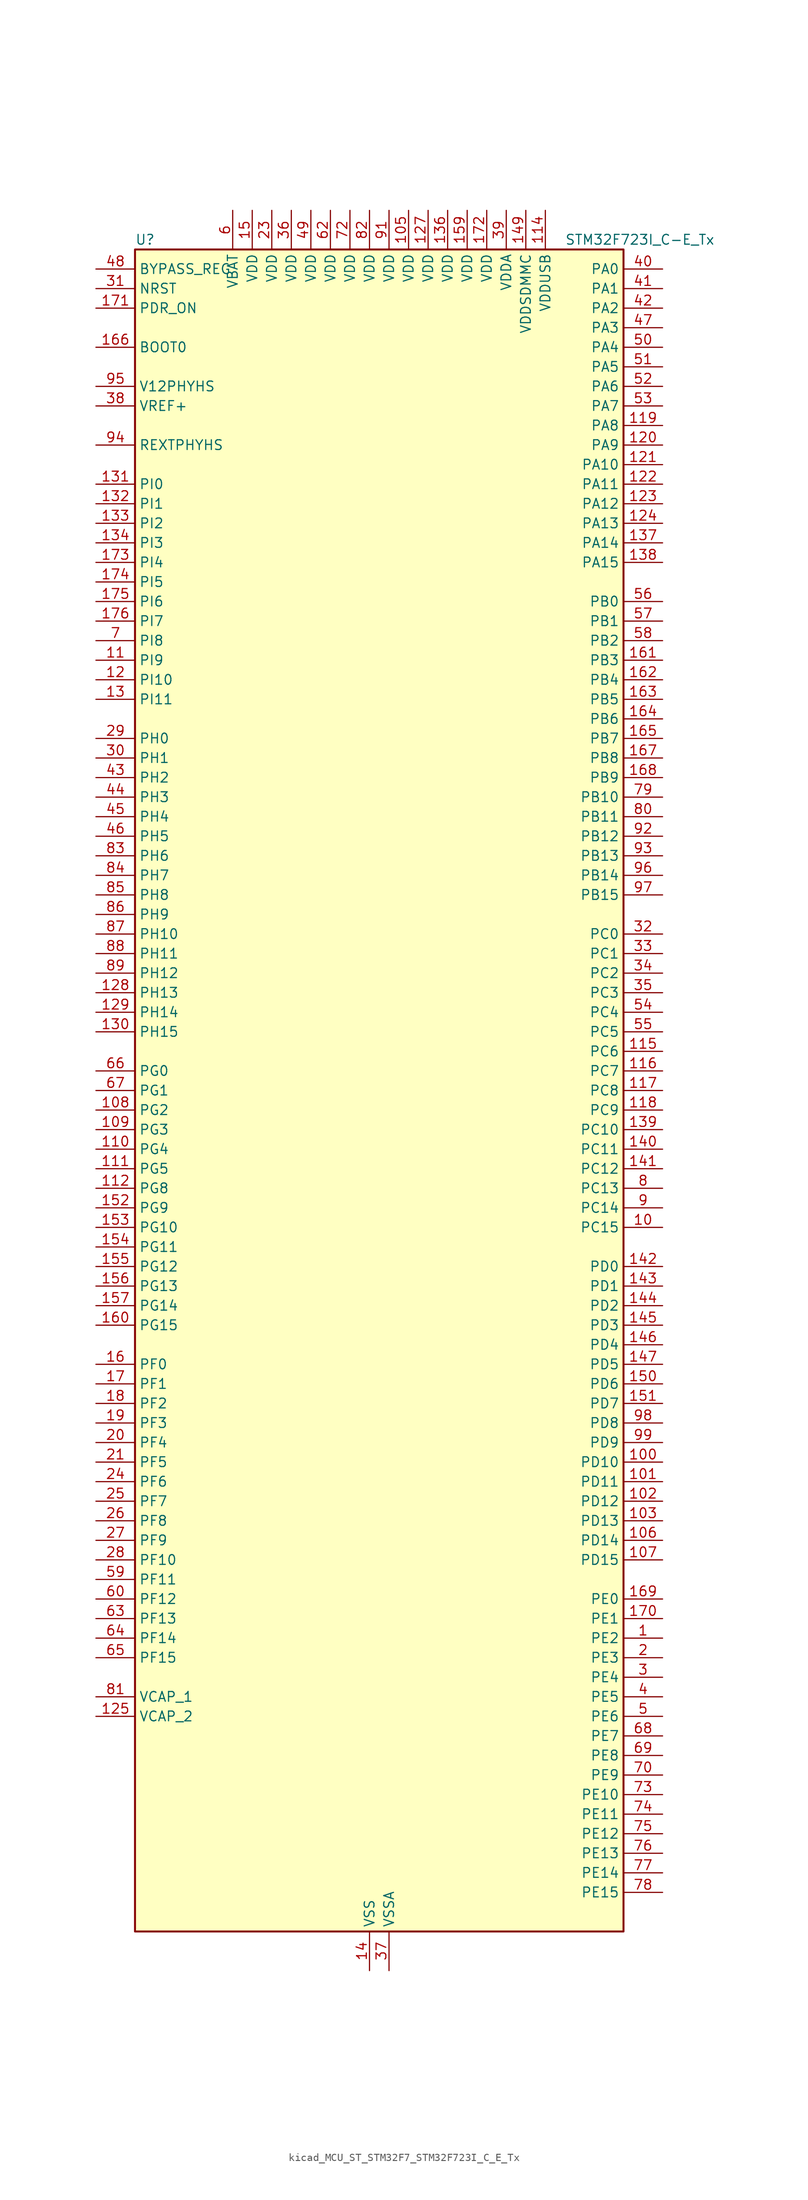
<source format=kicad_sym>
(kicad_symbol_lib
  (version 20220914)
  (generator kicad_symbol_editor)
  (symbol "kicad_MCU_ST_STM32F7_STM32F723I_C_E_Tx"
    (property "Reference" "U"
      (at -30.48 110.49 0)
      (effects (font (size 1.27 1.27)) (justify left)))
    (property "Value" "STM32F723I_C-E_Tx"
      (at 25.4 110.49 0)
      (effects (font (size 1.27 1.27)) (justify left)))
    (property "ki_locked" ""
      (at 0 0 0)
      (effects (font (size 1.27 1.27))))
    (symbol "kicad_MCU_ST_STM32F7_STM32F723I_C_E_Tx_0_1"
      (rectangle (start -30.48 -109.22) (end 33.02 109.22) (stroke (width 0.254) (type default)) (fill (type background))))
    (symbol "kicad_MCU_ST_STM32F7_STM32F723I_C_E_Tx_1_1"
      (pin bidirectional line (at 38.1 -71.12 180) (length 5.08) (name "PE2" (effects (font (size 1.27 1.27)))) (number "1" (effects (font (size 1.27 1.27)))) (alternate "FMC_A23" bidirectional line) (alternate "QUADSPI_BK1_IO2" bidirectional line) (alternate "SAI1_MCLK_A" bidirectional line) (alternate "SPI4_SCK" bidirectional line) (alternate "SYS_TRACECLK" bidirectional line))
      (pin bidirectional line (at 38.1 -17.78 180) (length 5.08) (name "PC15" (effects (font (size 1.27 1.27)))) (number "10" (effects (font (size 1.27 1.27)))) (alternate "RCC_OSC32_OUT" bidirectional line))
      (pin bidirectional line (at 38.1 -48.26 180) (length 5.08) (name "PD10" (effects (font (size 1.27 1.27)))) (number "100" (effects (font (size 1.27 1.27)))) (alternate "FMC_D15" bidirectional line) (alternate "FMC_DA15" bidirectional line) (alternate "USART3_CK" bidirectional line))
      (pin bidirectional line (at 38.1 -50.8 180) (length 5.08) (name "PD11" (effects (font (size 1.27 1.27)))) (number "101" (effects (font (size 1.27 1.27)))) (alternate "ADC1_EXTI11" bidirectional line) (alternate "ADC2_EXTI11" bidirectional line) (alternate "ADC3_EXTI11" bidirectional line) (alternate "FMC_A16" bidirectional line) (alternate "FMC_CLE" bidirectional line) (alternate "QUADSPI_BK1_IO0" bidirectional line) (alternate "SAI2_SD_A" bidirectional line) (alternate "USART3_CTS" bidirectional line))
      (pin bidirectional line (at 38.1 -53.34 180) (length 5.08) (name "PD12" (effects (font (size 1.27 1.27)))) (number "102" (effects (font (size 1.27 1.27)))) (alternate "FMC_A17" bidirectional line) (alternate "FMC_ALE" bidirectional line) (alternate "LPTIM1_IN1" bidirectional line) (alternate "QUADSPI_BK1_IO1" bidirectional line) (alternate "SAI2_FS_A" bidirectional line) (alternate "TIM4_CH1" bidirectional line) (alternate "USART3_DE" bidirectional line) (alternate "USART3_RTS" bidirectional line))
      (pin bidirectional line (at 38.1 -55.88 180) (length 5.08) (name "PD13" (effects (font (size 1.27 1.27)))) (number "103" (effects (font (size 1.27 1.27)))) (alternate "FMC_A18" bidirectional line) (alternate "LPTIM1_OUT" bidirectional line) (alternate "QUADSPI_BK1_IO3" bidirectional line) (alternate "SAI2_SCK_A" bidirectional line) (alternate "TIM4_CH2" bidirectional line))
      (pin passive line (at 0 -114.3 90) (length 5.08) hide (name "VSS" (effects (font (size 1.27 1.27)))) (number "104" (effects (font (size 1.27 1.27)))))
      (pin power_in line (at 5.08 114.3 270) (length 5.08) (name "VDD" (effects (font (size 1.27 1.27)))) (number "105" (effects (font (size 1.27 1.27)))))
      (pin bidirectional line (at 38.1 -58.42 180) (length 5.08) (name "PD14" (effects (font (size 1.27 1.27)))) (number "106" (effects (font (size 1.27 1.27)))) (alternate "FMC_D0" bidirectional line) (alternate "FMC_DA0" bidirectional line) (alternate "TIM4_CH3" bidirectional line) (alternate "UART8_CTS" bidirectional line))
      (pin bidirectional line (at 38.1 -60.96 180) (length 5.08) (name "PD15" (effects (font (size 1.27 1.27)))) (number "107" (effects (font (size 1.27 1.27)))) (alternate "FMC_D1" bidirectional line) (alternate "FMC_DA1" bidirectional line) (alternate "TIM4_CH4" bidirectional line) (alternate "UART8_DE" bidirectional line) (alternate "UART8_RTS" bidirectional line))
      (pin bidirectional line (at -35.56 -2.54 0) (length 5.08) (name "PG2" (effects (font (size 1.27 1.27)))) (number "108" (effects (font (size 1.27 1.27)))) (alternate "FMC_A12" bidirectional line))
      (pin bidirectional line (at -35.56 -5.08 0) (length 5.08) (name "PG3" (effects (font (size 1.27 1.27)))) (number "109" (effects (font (size 1.27 1.27)))) (alternate "FMC_A13" bidirectional line))
      (pin bidirectional line (at -35.56 55.88 0) (length 5.08) (name "PI9" (effects (font (size 1.27 1.27)))) (number "11" (effects (font (size 1.27 1.27)))) (alternate "CAN1_RX" bidirectional line) (alternate "DAC_EXTI9" bidirectional line) (alternate "FMC_D30" bidirectional line) (alternate "UART4_RX" bidirectional line))
      (pin bidirectional line (at -35.56 -7.62 0) (length 5.08) (name "PG4" (effects (font (size 1.27 1.27)))) (number "110" (effects (font (size 1.27 1.27)))) (alternate "FMC_A14" bidirectional line) (alternate "FMC_BA0" bidirectional line))
      (pin bidirectional line (at -35.56 -10.16 0) (length 5.08) (name "PG5" (effects (font (size 1.27 1.27)))) (number "111" (effects (font (size 1.27 1.27)))) (alternate "FMC_A15" bidirectional line) (alternate "FMC_BA1" bidirectional line))
      (pin bidirectional line (at -35.56 -12.7 0) (length 5.08) (name "PG8" (effects (font (size 1.27 1.27)))) (number "112" (effects (font (size 1.27 1.27)))) (alternate "FMC_SDCLK" bidirectional line) (alternate "USART6_DE" bidirectional line) (alternate "USART6_RTS" bidirectional line))
      (pin passive line (at 0 -114.3 90) (length 5.08) hide (name "VSS" (effects (font (size 1.27 1.27)))) (number "113" (effects (font (size 1.27 1.27)))))
      (pin power_in line (at 22.86 114.3 270) (length 5.08) (name "VDDUSB" (effects (font (size 1.27 1.27)))) (number "114" (effects (font (size 1.27 1.27)))))
      (pin bidirectional line (at 38.1 5.08 180) (length 5.08) (name "PC6" (effects (font (size 1.27 1.27)))) (number "115" (effects (font (size 1.27 1.27)))) (alternate "I2S2_MCK" bidirectional line) (alternate "SDMMC1_D6" bidirectional line) (alternate "SDMMC2_D6" bidirectional line) (alternate "TIM3_CH1" bidirectional line) (alternate "TIM8_CH1" bidirectional line) (alternate "USART6_TX" bidirectional line))
      (pin bidirectional line (at 38.1 2.54 180) (length 5.08) (name "PC7" (effects (font (size 1.27 1.27)))) (number "116" (effects (font (size 1.27 1.27)))) (alternate "I2S3_MCK" bidirectional line) (alternate "SDMMC1_D7" bidirectional line) (alternate "SDMMC2_D7" bidirectional line) (alternate "TIM3_CH2" bidirectional line) (alternate "TIM8_CH2" bidirectional line) (alternate "USART6_RX" bidirectional line))
      (pin bidirectional line (at 38.1 0 180) (length 5.08) (name "PC8" (effects (font (size 1.27 1.27)))) (number "117" (effects (font (size 1.27 1.27)))) (alternate "SDMMC1_D0" bidirectional line) (alternate "SYS_TRACED1" bidirectional line) (alternate "TIM3_CH3" bidirectional line) (alternate "TIM8_CH3" bidirectional line) (alternate "UART5_DE" bidirectional line) (alternate "UART5_RTS" bidirectional line) (alternate "USART6_CK" bidirectional line))
      (pin bidirectional line (at 38.1 -2.54 180) (length 5.08) (name "PC9" (effects (font (size 1.27 1.27)))) (number "118" (effects (font (size 1.27 1.27)))) (alternate "DAC_EXTI9" bidirectional line) (alternate "I2C3_SDA" bidirectional line) (alternate "I2S_CKIN" bidirectional line) (alternate "QUADSPI_BK1_IO0" bidirectional line) (alternate "RCC_MCO_2" bidirectional line) (alternate "SDMMC1_D1" bidirectional line) (alternate "TIM3_CH4" bidirectional line) (alternate "TIM8_CH4" bidirectional line) (alternate "UART5_CTS" bidirectional line))
      (pin bidirectional line (at 38.1 86.36 180) (length 5.08) (name "PA8" (effects (font (size 1.27 1.27)))) (number "119" (effects (font (size 1.27 1.27)))) (alternate "I2C3_SCL" bidirectional line) (alternate "RCC_MCO_1" bidirectional line) (alternate "TIM1_CH1" bidirectional line) (alternate "TIM8_BKIN2" bidirectional line) (alternate "USART1_CK" bidirectional line) (alternate "USB_OTG_FS_SOF" bidirectional line))
      (pin bidirectional line (at -35.56 53.34 0) (length 5.08) (name "PI10" (effects (font (size 1.27 1.27)))) (number "12" (effects (font (size 1.27 1.27)))) (alternate "FMC_D31" bidirectional line))
      (pin bidirectional line (at 38.1 83.82 180) (length 5.08) (name "PA9" (effects (font (size 1.27 1.27)))) (number "120" (effects (font (size 1.27 1.27)))) (alternate "DAC_EXTI9" bidirectional line) (alternate "I2C3_SMBA" bidirectional line) (alternate "I2S2_CK" bidirectional line) (alternate "SPI2_SCK" bidirectional line) (alternate "TIM1_CH2" bidirectional line) (alternate "USART1_TX" bidirectional line) (alternate "USB_OTG_FS_VBUS" bidirectional line))
      (pin bidirectional line (at 38.1 81.28 180) (length 5.08) (name "PA10" (effects (font (size 1.27 1.27)))) (number "121" (effects (font (size 1.27 1.27)))) (alternate "TIM1_CH3" bidirectional line) (alternate "USART1_RX" bidirectional line) (alternate "USB_OTG_FS_ID" bidirectional line))
      (pin bidirectional line (at 38.1 78.74 180) (length 5.08) (name "PA11" (effects (font (size 1.27 1.27)))) (number "122" (effects (font (size 1.27 1.27)))) (alternate "ADC1_EXTI11" bidirectional line) (alternate "ADC2_EXTI11" bidirectional line) (alternate "ADC3_EXTI11" bidirectional line) (alternate "CAN1_RX" bidirectional line) (alternate "TIM1_CH4" bidirectional line) (alternate "USART1_CTS" bidirectional line) (alternate "USB_OTG_FS_DM" bidirectional line))
      (pin bidirectional line (at 38.1 76.2 180) (length 5.08) (name "PA12" (effects (font (size 1.27 1.27)))) (number "123" (effects (font (size 1.27 1.27)))) (alternate "CAN1_TX" bidirectional line) (alternate "SAI2_FS_B" bidirectional line) (alternate "TIM1_ETR" bidirectional line) (alternate "USART1_DE" bidirectional line) (alternate "USART1_RTS" bidirectional line) (alternate "USB_OTG_FS_DP" bidirectional line))
      (pin bidirectional line (at 38.1 73.66 180) (length 5.08) (name "PA13" (effects (font (size 1.27 1.27)))) (number "124" (effects (font (size 1.27 1.27)))) (alternate "SYS_JTMS-SWDIO" bidirectional line))
      (pin power_out line (at -35.56 -81.28 0) (length 5.08) (name "VCAP_2" (effects (font (size 1.27 1.27)))) (number "125" (effects (font (size 1.27 1.27)))))
      (pin passive line (at 0 -114.3 90) (length 5.08) hide (name "VSS" (effects (font (size 1.27 1.27)))) (number "126" (effects (font (size 1.27 1.27)))))
      (pin power_in line (at 7.62 114.3 270) (length 5.08) (name "VDD" (effects (font (size 1.27 1.27)))) (number "127" (effects (font (size 1.27 1.27)))))
      (pin bidirectional line (at -35.56 12.7 0) (length 5.08) (name "PH13" (effects (font (size 1.27 1.27)))) (number "128" (effects (font (size 1.27 1.27)))) (alternate "CAN1_TX" bidirectional line) (alternate "FMC_D21" bidirectional line) (alternate "TIM8_CH1N" bidirectional line) (alternate "UART4_TX" bidirectional line))
      (pin bidirectional line (at -35.56 10.16 0) (length 5.08) (name "PH14" (effects (font (size 1.27 1.27)))) (number "129" (effects (font (size 1.27 1.27)))) (alternate "CAN1_RX" bidirectional line) (alternate "FMC_D22" bidirectional line) (alternate "TIM8_CH2N" bidirectional line) (alternate "UART4_RX" bidirectional line))
      (pin bidirectional line (at -35.56 50.8 0) (length 5.08) (name "PI11" (effects (font (size 1.27 1.27)))) (number "13" (effects (font (size 1.27 1.27)))) (alternate "ADC1_EXTI11" bidirectional line) (alternate "ADC2_EXTI11" bidirectional line) (alternate "ADC3_EXTI11" bidirectional line) (alternate "SYS_WKUP6" bidirectional line))
      (pin bidirectional line (at -35.56 7.62 0) (length 5.08) (name "PH15" (effects (font (size 1.27 1.27)))) (number "130" (effects (font (size 1.27 1.27)))) (alternate "FMC_D23" bidirectional line) (alternate "TIM8_CH3N" bidirectional line))
      (pin bidirectional line (at -35.56 78.74 0) (length 5.08) (name "PI0" (effects (font (size 1.27 1.27)))) (number "131" (effects (font (size 1.27 1.27)))) (alternate "FMC_D24" bidirectional line) (alternate "I2S2_WS" bidirectional line) (alternate "SPI2_NSS" bidirectional line) (alternate "TIM5_CH4" bidirectional line))
      (pin bidirectional line (at -35.56 76.2 0) (length 5.08) (name "PI1" (effects (font (size 1.27 1.27)))) (number "132" (effects (font (size 1.27 1.27)))) (alternate "FMC_D25" bidirectional line) (alternate "I2S2_CK" bidirectional line) (alternate "SPI2_SCK" bidirectional line) (alternate "TIM8_BKIN2" bidirectional line))
      (pin bidirectional line (at -35.56 73.66 0) (length 5.08) (name "PI2" (effects (font (size 1.27 1.27)))) (number "133" (effects (font (size 1.27 1.27)))) (alternate "FMC_D26" bidirectional line) (alternate "SPI2_MISO" bidirectional line) (alternate "TIM8_CH4" bidirectional line))
      (pin bidirectional line (at -35.56 71.12 0) (length 5.08) (name "PI3" (effects (font (size 1.27 1.27)))) (number "134" (effects (font (size 1.27 1.27)))) (alternate "FMC_D27" bidirectional line) (alternate "I2S2_SD" bidirectional line) (alternate "SPI2_MOSI" bidirectional line) (alternate "TIM8_ETR" bidirectional line))
      (pin passive line (at 0 -114.3 90) (length 5.08) hide (name "VSS" (effects (font (size 1.27 1.27)))) (number "135" (effects (font (size 1.27 1.27)))))
      (pin power_in line (at 10.16 114.3 270) (length 5.08) (name "VDD" (effects (font (size 1.27 1.27)))) (number "136" (effects (font (size 1.27 1.27)))))
      (pin bidirectional line (at 38.1 71.12 180) (length 5.08) (name "PA14" (effects (font (size 1.27 1.27)))) (number "137" (effects (font (size 1.27 1.27)))) (alternate "SYS_JTCK-SWCLK" bidirectional line))
      (pin bidirectional line (at 38.1 68.58 180) (length 5.08) (name "PA15" (effects (font (size 1.27 1.27)))) (number "138" (effects (font (size 1.27 1.27)))) (alternate "I2S1_WS" bidirectional line) (alternate "I2S3_WS" bidirectional line) (alternate "SPI1_NSS" bidirectional line) (alternate "SPI3_NSS" bidirectional line) (alternate "SYS_JTDI" bidirectional line) (alternate "TIM2_CH1" bidirectional line) (alternate "TIM2_ETR" bidirectional line) (alternate "UART4_DE" bidirectional line) (alternate "UART4_RTS" bidirectional line))
      (pin bidirectional line (at 38.1 -5.08 180) (length 5.08) (name "PC10" (effects (font (size 1.27 1.27)))) (number "139" (effects (font (size 1.27 1.27)))) (alternate "I2S3_CK" bidirectional line) (alternate "QUADSPI_BK1_IO1" bidirectional line) (alternate "SDMMC1_D2" bidirectional line) (alternate "SPI3_SCK" bidirectional line) (alternate "UART4_TX" bidirectional line) (alternate "USART3_TX" bidirectional line))
      (pin power_in line (at 0 -114.3 90) (length 5.08) (name "VSS" (effects (font (size 1.27 1.27)))) (number "14" (effects (font (size 1.27 1.27)))))
      (pin bidirectional line (at 38.1 -7.62 180) (length 5.08) (name "PC11" (effects (font (size 1.27 1.27)))) (number "140" (effects (font (size 1.27 1.27)))) (alternate "ADC1_EXTI11" bidirectional line) (alternate "ADC2_EXTI11" bidirectional line) (alternate "ADC3_EXTI11" bidirectional line) (alternate "QUADSPI_BK2_NCS" bidirectional line) (alternate "SDMMC1_D3" bidirectional line) (alternate "SPI3_MISO" bidirectional line) (alternate "UART4_RX" bidirectional line) (alternate "USART3_RX" bidirectional line))
      (pin bidirectional line (at 38.1 -10.16 180) (length 5.08) (name "PC12" (effects (font (size 1.27 1.27)))) (number "141" (effects (font (size 1.27 1.27)))) (alternate "I2S3_SD" bidirectional line) (alternate "SDMMC1_CK" bidirectional line) (alternate "SPI3_MOSI" bidirectional line) (alternate "SYS_TRACED3" bidirectional line) (alternate "UART5_TX" bidirectional line) (alternate "USART3_CK" bidirectional line))
      (pin bidirectional line (at 38.1 -22.86 180) (length 5.08) (name "PD0" (effects (font (size 1.27 1.27)))) (number "142" (effects (font (size 1.27 1.27)))) (alternate "CAN1_RX" bidirectional line) (alternate "FMC_D2" bidirectional line) (alternate "FMC_DA2" bidirectional line))
      (pin bidirectional line (at 38.1 -25.4 180) (length 5.08) (name "PD1" (effects (font (size 1.27 1.27)))) (number "143" (effects (font (size 1.27 1.27)))) (alternate "CAN1_TX" bidirectional line) (alternate "FMC_D3" bidirectional line) (alternate "FMC_DA3" bidirectional line))
      (pin bidirectional line (at 38.1 -27.94 180) (length 5.08) (name "PD2" (effects (font (size 1.27 1.27)))) (number "144" (effects (font (size 1.27 1.27)))) (alternate "SDMMC1_CMD" bidirectional line) (alternate "SYS_TRACED2" bidirectional line) (alternate "TIM3_ETR" bidirectional line) (alternate "UART5_RX" bidirectional line))
      (pin bidirectional line (at 38.1 -30.48 180) (length 5.08) (name "PD3" (effects (font (size 1.27 1.27)))) (number "145" (effects (font (size 1.27 1.27)))) (alternate "FMC_CLK" bidirectional line) (alternate "I2S2_CK" bidirectional line) (alternate "SPI2_SCK" bidirectional line) (alternate "USART2_CTS" bidirectional line))
      (pin bidirectional line (at 38.1 -33.02 180) (length 5.08) (name "PD4" (effects (font (size 1.27 1.27)))) (number "146" (effects (font (size 1.27 1.27)))) (alternate "FMC_NOE" bidirectional line) (alternate "USART2_DE" bidirectional line) (alternate "USART2_RTS" bidirectional line))
      (pin bidirectional line (at 38.1 -35.56 180) (length 5.08) (name "PD5" (effects (font (size 1.27 1.27)))) (number "147" (effects (font (size 1.27 1.27)))) (alternate "FMC_NWE" bidirectional line) (alternate "USART2_TX" bidirectional line))
      (pin passive line (at 0 -114.3 90) (length 5.08) hide (name "VSS" (effects (font (size 1.27 1.27)))) (number "148" (effects (font (size 1.27 1.27)))))
      (pin power_in line (at 20.32 114.3 270) (length 5.08) (name "VDDSDMMC" (effects (font (size 1.27 1.27)))) (number "149" (effects (font (size 1.27 1.27)))))
      (pin power_in line (at -15.24 114.3 270) (length 5.08) (name "VDD" (effects (font (size 1.27 1.27)))) (number "15" (effects (font (size 1.27 1.27)))))
      (pin bidirectional line (at 38.1 -38.1 180) (length 5.08) (name "PD6" (effects (font (size 1.27 1.27)))) (number "150" (effects (font (size 1.27 1.27)))) (alternate "FMC_NWAIT" bidirectional line) (alternate "I2S3_SD" bidirectional line) (alternate "SAI1_SD_A" bidirectional line) (alternate "SDMMC2_CK" bidirectional line) (alternate "SPI3_MOSI" bidirectional line) (alternate "USART2_RX" bidirectional line))
      (pin bidirectional line (at 38.1 -40.64 180) (length 5.08) (name "PD7" (effects (font (size 1.27 1.27)))) (number "151" (effects (font (size 1.27 1.27)))) (alternate "FMC_NE1" bidirectional line) (alternate "SDMMC2_CMD" bidirectional line) (alternate "USART2_CK" bidirectional line))
      (pin bidirectional line (at -35.56 -15.24 0) (length 5.08) (name "PG9" (effects (font (size 1.27 1.27)))) (number "152" (effects (font (size 1.27 1.27)))) (alternate "DAC_EXTI9" bidirectional line) (alternate "FMC_NCE" bidirectional line) (alternate "FMC_NE2" bidirectional line) (alternate "QUADSPI_BK2_IO2" bidirectional line) (alternate "SAI2_FS_B" bidirectional line) (alternate "SDMMC2_D0" bidirectional line) (alternate "USART6_RX" bidirectional line))
      (pin bidirectional line (at -35.56 -17.78 0) (length 5.08) (name "PG10" (effects (font (size 1.27 1.27)))) (number "153" (effects (font (size 1.27 1.27)))) (alternate "FMC_NE3" bidirectional line) (alternate "SAI2_SD_B" bidirectional line) (alternate "SDMMC2_D1" bidirectional line))
      (pin bidirectional line (at -35.56 -20.32 0) (length 5.08) (name "PG11" (effects (font (size 1.27 1.27)))) (number "154" (effects (font (size 1.27 1.27)))) (alternate "ADC1_EXTI11" bidirectional line) (alternate "ADC2_EXTI11" bidirectional line) (alternate "ADC3_EXTI11" bidirectional line) (alternate "FMC_INT" bidirectional line) (alternate "SDMMC2_D2" bidirectional line))
      (pin bidirectional line (at -35.56 -22.86 0) (length 5.08) (name "PG12" (effects (font (size 1.27 1.27)))) (number "155" (effects (font (size 1.27 1.27)))) (alternate "FMC_NE4" bidirectional line) (alternate "LPTIM1_IN1" bidirectional line) (alternate "SDMMC2_D3" bidirectional line) (alternate "USART6_DE" bidirectional line) (alternate "USART6_RTS" bidirectional line))
      (pin bidirectional line (at -35.56 -25.4 0) (length 5.08) (name "PG13" (effects (font (size 1.27 1.27)))) (number "156" (effects (font (size 1.27 1.27)))) (alternate "FMC_A24" bidirectional line) (alternate "LPTIM1_OUT" bidirectional line) (alternate "SYS_TRACED0" bidirectional line) (alternate "USART6_CTS" bidirectional line))
      (pin bidirectional line (at -35.56 -27.94 0) (length 5.08) (name "PG14" (effects (font (size 1.27 1.27)))) (number "157" (effects (font (size 1.27 1.27)))) (alternate "FMC_A25" bidirectional line) (alternate "LPTIM1_ETR" bidirectional line) (alternate "QUADSPI_BK2_IO3" bidirectional line) (alternate "SYS_TRACED1" bidirectional line) (alternate "USART6_TX" bidirectional line))
      (pin passive line (at 0 -114.3 90) (length 5.08) hide (name "VSS" (effects (font (size 1.27 1.27)))) (number "158" (effects (font (size 1.27 1.27)))))
      (pin power_in line (at 12.7 114.3 270) (length 5.08) (name "VDD" (effects (font (size 1.27 1.27)))) (number "159" (effects (font (size 1.27 1.27)))))
      (pin bidirectional line (at -35.56 -35.56 0) (length 5.08) (name "PF0" (effects (font (size 1.27 1.27)))) (number "16" (effects (font (size 1.27 1.27)))) (alternate "FMC_A0" bidirectional line) (alternate "I2C2_SDA" bidirectional line))
      (pin bidirectional line (at -35.56 -30.48 0) (length 5.08) (name "PG15" (effects (font (size 1.27 1.27)))) (number "160" (effects (font (size 1.27 1.27)))) (alternate "FMC_SDNCAS" bidirectional line) (alternate "USART6_CTS" bidirectional line))
      (pin bidirectional line (at 38.1 55.88 180) (length 5.08) (name "PB3" (effects (font (size 1.27 1.27)))) (number "161" (effects (font (size 1.27 1.27)))) (alternate "I2S1_CK" bidirectional line) (alternate "I2S3_CK" bidirectional line) (alternate "SDMMC2_D2" bidirectional line) (alternate "SPI1_SCK" bidirectional line) (alternate "SPI3_SCK" bidirectional line) (alternate "SYS_JTDO-SWO" bidirectional line) (alternate "TIM2_CH2" bidirectional line))
      (pin bidirectional line (at 38.1 53.34 180) (length 5.08) (name "PB4" (effects (font (size 1.27 1.27)))) (number "162" (effects (font (size 1.27 1.27)))) (alternate "I2S2_WS" bidirectional line) (alternate "SDMMC2_D3" bidirectional line) (alternate "SPI1_MISO" bidirectional line) (alternate "SPI2_NSS" bidirectional line) (alternate "SPI3_MISO" bidirectional line) (alternate "SYS_JTRST" bidirectional line) (alternate "TIM3_CH1" bidirectional line))
      (pin bidirectional line (at 38.1 50.8 180) (length 5.08) (name "PB5" (effects (font (size 1.27 1.27)))) (number "163" (effects (font (size 1.27 1.27)))) (alternate "FMC_SDCKE1" bidirectional line) (alternate "I2C1_SMBA" bidirectional line) (alternate "I2S1_SD" bidirectional line) (alternate "I2S3_SD" bidirectional line) (alternate "SPI1_MOSI" bidirectional line) (alternate "SPI3_MOSI" bidirectional line) (alternate "TIM3_CH2" bidirectional line))
      (pin bidirectional line (at 38.1 48.26 180) (length 5.08) (name "PB6" (effects (font (size 1.27 1.27)))) (number "164" (effects (font (size 1.27 1.27)))) (alternate "FMC_SDNE1" bidirectional line) (alternate "I2C1_SCL" bidirectional line) (alternate "QUADSPI_BK1_NCS" bidirectional line) (alternate "TIM4_CH1" bidirectional line) (alternate "USART1_TX" bidirectional line))
      (pin bidirectional line (at 38.1 45.72 180) (length 5.08) (name "PB7" (effects (font (size 1.27 1.27)))) (number "165" (effects (font (size 1.27 1.27)))) (alternate "FMC_NL" bidirectional line) (alternate "I2C1_SDA" bidirectional line) (alternate "TIM4_CH2" bidirectional line) (alternate "USART1_RX" bidirectional line))
      (pin input line (at -35.56 96.52 0) (length 5.08) (name "BOOT0" (effects (font (size 1.27 1.27)))) (number "166" (effects (font (size 1.27 1.27)))))
      (pin bidirectional line (at 38.1 43.18 180) (length 5.08) (name "PB8" (effects (font (size 1.27 1.27)))) (number "167" (effects (font (size 1.27 1.27)))) (alternate "CAN1_RX" bidirectional line) (alternate "I2C1_SCL" bidirectional line) (alternate "SDMMC1_D4" bidirectional line) (alternate "SDMMC2_D4" bidirectional line) (alternate "TIM10_CH1" bidirectional line) (alternate "TIM4_CH3" bidirectional line))
      (pin bidirectional line (at 38.1 40.64 180) (length 5.08) (name "PB9" (effects (font (size 1.27 1.27)))) (number "168" (effects (font (size 1.27 1.27)))) (alternate "CAN1_TX" bidirectional line) (alternate "DAC_EXTI9" bidirectional line) (alternate "I2C1_SDA" bidirectional line) (alternate "I2S2_WS" bidirectional line) (alternate "SDMMC1_D5" bidirectional line) (alternate "SDMMC2_D5" bidirectional line) (alternate "SPI2_NSS" bidirectional line) (alternate "TIM11_CH1" bidirectional line) (alternate "TIM4_CH4" bidirectional line))
      (pin bidirectional line (at 38.1 -66.04 180) (length 5.08) (name "PE0" (effects (font (size 1.27 1.27)))) (number "169" (effects (font (size 1.27 1.27)))) (alternate "FMC_NBL0" bidirectional line) (alternate "LPTIM1_ETR" bidirectional line) (alternate "SAI2_MCLK_A" bidirectional line) (alternate "TIM4_ETR" bidirectional line) (alternate "UART8_RX" bidirectional line))
      (pin bidirectional line (at -35.56 -38.1 0) (length 5.08) (name "PF1" (effects (font (size 1.27 1.27)))) (number "17" (effects (font (size 1.27 1.27)))) (alternate "FMC_A1" bidirectional line) (alternate "I2C2_SCL" bidirectional line))
      (pin bidirectional line (at 38.1 -68.58 180) (length 5.08) (name "PE1" (effects (font (size 1.27 1.27)))) (number "170" (effects (font (size 1.27 1.27)))) (alternate "FMC_NBL1" bidirectional line) (alternate "LPTIM1_IN2" bidirectional line) (alternate "UART8_TX" bidirectional line))
      (pin input line (at -35.56 101.6 0) (length 5.08) (name "PDR_ON" (effects (font (size 1.27 1.27)))) (number "171" (effects (font (size 1.27 1.27)))))
      (pin power_in line (at 15.24 114.3 270) (length 5.08) (name "VDD" (effects (font (size 1.27 1.27)))) (number "172" (effects (font (size 1.27 1.27)))))
      (pin bidirectional line (at -35.56 68.58 0) (length 5.08) (name "PI4" (effects (font (size 1.27 1.27)))) (number "173" (effects (font (size 1.27 1.27)))) (alternate "FMC_NBL2" bidirectional line) (alternate "SAI2_MCLK_A" bidirectional line) (alternate "TIM8_BKIN" bidirectional line))
      (pin bidirectional line (at -35.56 66.04 0) (length 5.08) (name "PI5" (effects (font (size 1.27 1.27)))) (number "174" (effects (font (size 1.27 1.27)))) (alternate "FMC_NBL3" bidirectional line) (alternate "SAI2_SCK_A" bidirectional line) (alternate "TIM8_CH1" bidirectional line))
      (pin bidirectional line (at -35.56 63.5 0) (length 5.08) (name "PI6" (effects (font (size 1.27 1.27)))) (number "175" (effects (font (size 1.27 1.27)))) (alternate "FMC_D28" bidirectional line) (alternate "SAI2_SD_A" bidirectional line) (alternate "TIM8_CH2" bidirectional line))
      (pin bidirectional line (at -35.56 60.96 0) (length 5.08) (name "PI7" (effects (font (size 1.27 1.27)))) (number "176" (effects (font (size 1.27 1.27)))) (alternate "FMC_D29" bidirectional line) (alternate "SAI2_FS_A" bidirectional line) (alternate "TIM8_CH3" bidirectional line))
      (pin bidirectional line (at -35.56 -40.64 0) (length 5.08) (name "PF2" (effects (font (size 1.27 1.27)))) (number "18" (effects (font (size 1.27 1.27)))) (alternate "FMC_A2" bidirectional line) (alternate "I2C2_SMBA" bidirectional line))
      (pin bidirectional line (at -35.56 -43.18 0) (length 5.08) (name "PF3" (effects (font (size 1.27 1.27)))) (number "19" (effects (font (size 1.27 1.27)))) (alternate "ADC3_IN9" bidirectional line) (alternate "FMC_A3" bidirectional line))
      (pin bidirectional line (at 38.1 -73.66 180) (length 5.08) (name "PE3" (effects (font (size 1.27 1.27)))) (number "2" (effects (font (size 1.27 1.27)))) (alternate "FMC_A19" bidirectional line) (alternate "SAI1_SD_B" bidirectional line) (alternate "SYS_TRACED0" bidirectional line))
      (pin bidirectional line (at -35.56 -45.72 0) (length 5.08) (name "PF4" (effects (font (size 1.27 1.27)))) (number "20" (effects (font (size 1.27 1.27)))) (alternate "ADC3_IN14" bidirectional line) (alternate "FMC_A4" bidirectional line))
      (pin bidirectional line (at -35.56 -48.26 0) (length 5.08) (name "PF5" (effects (font (size 1.27 1.27)))) (number "21" (effects (font (size 1.27 1.27)))) (alternate "ADC3_IN15" bidirectional line) (alternate "FMC_A5" bidirectional line))
      (pin passive line (at 0 -114.3 90) (length 5.08) hide (name "VSS" (effects (font (size 1.27 1.27)))) (number "22" (effects (font (size 1.27 1.27)))))
      (pin power_in line (at -12.7 114.3 270) (length 5.08) (name "VDD" (effects (font (size 1.27 1.27)))) (number "23" (effects (font (size 1.27 1.27)))))
      (pin bidirectional line (at -35.56 -50.8 0) (length 5.08) (name "PF6" (effects (font (size 1.27 1.27)))) (number "24" (effects (font (size 1.27 1.27)))) (alternate "ADC3_IN4" bidirectional line) (alternate "QUADSPI_BK1_IO3" bidirectional line) (alternate "SAI1_SD_B" bidirectional line) (alternate "SPI5_NSS" bidirectional line) (alternate "TIM10_CH1" bidirectional line) (alternate "UART7_RX" bidirectional line))
      (pin bidirectional line (at -35.56 -53.34 0) (length 5.08) (name "PF7" (effects (font (size 1.27 1.27)))) (number "25" (effects (font (size 1.27 1.27)))) (alternate "ADC3_IN5" bidirectional line) (alternate "QUADSPI_BK1_IO2" bidirectional line) (alternate "SAI1_MCLK_B" bidirectional line) (alternate "SPI5_SCK" bidirectional line) (alternate "TIM11_CH1" bidirectional line) (alternate "UART7_TX" bidirectional line))
      (pin bidirectional line (at -35.56 -55.88 0) (length 5.08) (name "PF8" (effects (font (size 1.27 1.27)))) (number "26" (effects (font (size 1.27 1.27)))) (alternate "ADC3_IN6" bidirectional line) (alternate "QUADSPI_BK1_IO0" bidirectional line) (alternate "SAI1_SCK_B" bidirectional line) (alternate "SPI5_MISO" bidirectional line) (alternate "TIM13_CH1" bidirectional line) (alternate "UART7_DE" bidirectional line) (alternate "UART7_RTS" bidirectional line))
      (pin bidirectional line (at -35.56 -58.42 0) (length 5.08) (name "PF9" (effects (font (size 1.27 1.27)))) (number "27" (effects (font (size 1.27 1.27)))) (alternate "ADC3_IN7" bidirectional line) (alternate "DAC_EXTI9" bidirectional line) (alternate "QUADSPI_BK1_IO1" bidirectional line) (alternate "SAI1_FS_B" bidirectional line) (alternate "SPI5_MOSI" bidirectional line) (alternate "TIM14_CH1" bidirectional line) (alternate "UART7_CTS" bidirectional line))
      (pin bidirectional line (at -35.56 -60.96 0) (length 5.08) (name "PF10" (effects (font (size 1.27 1.27)))) (number "28" (effects (font (size 1.27 1.27)))) (alternate "ADC3_IN8" bidirectional line))
      (pin bidirectional line (at -35.56 45.72 0) (length 5.08) (name "PH0" (effects (font (size 1.27 1.27)))) (number "29" (effects (font (size 1.27 1.27)))) (alternate "RCC_OSC_IN" bidirectional line))
      (pin bidirectional line (at 38.1 -76.2 180) (length 5.08) (name "PE4" (effects (font (size 1.27 1.27)))) (number "3" (effects (font (size 1.27 1.27)))) (alternate "FMC_A20" bidirectional line) (alternate "SAI1_FS_A" bidirectional line) (alternate "SPI4_NSS" bidirectional line) (alternate "SYS_TRACED1" bidirectional line))
      (pin bidirectional line (at -35.56 43.18 0) (length 5.08) (name "PH1" (effects (font (size 1.27 1.27)))) (number "30" (effects (font (size 1.27 1.27)))) (alternate "RCC_OSC_OUT" bidirectional line))
      (pin input line (at -35.56 104.14 0) (length 5.08) (name "NRST" (effects (font (size 1.27 1.27)))) (number "31" (effects (font (size 1.27 1.27)))))
      (pin bidirectional line (at 38.1 20.32 180) (length 5.08) (name "PC0" (effects (font (size 1.27 1.27)))) (number "32" (effects (font (size 1.27 1.27)))) (alternate "ADC1_IN10" bidirectional line) (alternate "ADC2_IN10" bidirectional line) (alternate "ADC3_IN10" bidirectional line) (alternate "FMC_SDNWE" bidirectional line) (alternate "SAI2_FS_B" bidirectional line))
      (pin bidirectional line (at 38.1 17.78 180) (length 5.08) (name "PC1" (effects (font (size 1.27 1.27)))) (number "33" (effects (font (size 1.27 1.27)))) (alternate "ADC1_IN11" bidirectional line) (alternate "ADC2_IN11" bidirectional line) (alternate "ADC3_IN11" bidirectional line) (alternate "I2S2_SD" bidirectional line) (alternate "RTC_TAMP3" bidirectional line) (alternate "RTC_TS" bidirectional line) (alternate "SAI1_SD_A" bidirectional line) (alternate "SPI2_MOSI" bidirectional line) (alternate "SYS_TRACED0" bidirectional line) (alternate "SYS_WKUP3" bidirectional line))
      (pin bidirectional line (at 38.1 15.24 180) (length 5.08) (name "PC2" (effects (font (size 1.27 1.27)))) (number "34" (effects (font (size 1.27 1.27)))) (alternate "ADC1_IN12" bidirectional line) (alternate "ADC2_IN12" bidirectional line) (alternate "ADC3_IN12" bidirectional line) (alternate "FMC_SDNE0" bidirectional line) (alternate "SPI2_MISO" bidirectional line))
      (pin bidirectional line (at 38.1 12.7 180) (length 5.08) (name "PC3" (effects (font (size 1.27 1.27)))) (number "35" (effects (font (size 1.27 1.27)))) (alternate "ADC1_IN13" bidirectional line) (alternate "ADC2_IN13" bidirectional line) (alternate "ADC3_IN13" bidirectional line) (alternate "FMC_SDCKE0" bidirectional line) (alternate "I2S2_SD" bidirectional line) (alternate "SPI2_MOSI" bidirectional line))
      (pin power_in line (at -10.16 114.3 270) (length 5.08) (name "VDD" (effects (font (size 1.27 1.27)))) (number "36" (effects (font (size 1.27 1.27)))))
      (pin power_in line (at 2.54 -114.3 90) (length 5.08) (name "VSSA" (effects (font (size 1.27 1.27)))) (number "37" (effects (font (size 1.27 1.27)))))
      (pin input line (at -35.56 88.9 0) (length 5.08) (name "VREF+" (effects (font (size 1.27 1.27)))) (number "38" (effects (font (size 1.27 1.27)))))
      (pin power_in line (at 17.78 114.3 270) (length 5.08) (name "VDDA" (effects (font (size 1.27 1.27)))) (number "39" (effects (font (size 1.27 1.27)))))
      (pin bidirectional line (at 38.1 -78.74 180) (length 5.08) (name "PE5" (effects (font (size 1.27 1.27)))) (number "4" (effects (font (size 1.27 1.27)))) (alternate "FMC_A21" bidirectional line) (alternate "SAI1_SCK_A" bidirectional line) (alternate "SPI4_MISO" bidirectional line) (alternate "SYS_TRACED2" bidirectional line) (alternate "TIM9_CH1" bidirectional line))
      (pin bidirectional line (at 38.1 106.68 180) (length 5.08) (name "PA0" (effects (font (size 1.27 1.27)))) (number "40" (effects (font (size 1.27 1.27)))) (alternate "ADC1_IN0" bidirectional line) (alternate "ADC2_IN0" bidirectional line) (alternate "ADC3_IN0" bidirectional line) (alternate "SAI2_SD_B" bidirectional line) (alternate "SYS_WKUP1" bidirectional line) (alternate "TIM2_CH1" bidirectional line) (alternate "TIM2_ETR" bidirectional line) (alternate "TIM5_CH1" bidirectional line) (alternate "TIM8_ETR" bidirectional line) (alternate "UART4_TX" bidirectional line) (alternate "USART2_CTS" bidirectional line))
      (pin bidirectional line (at 38.1 104.14 180) (length 5.08) (name "PA1" (effects (font (size 1.27 1.27)))) (number "41" (effects (font (size 1.27 1.27)))) (alternate "ADC1_IN1" bidirectional line) (alternate "ADC2_IN1" bidirectional line) (alternate "ADC3_IN1" bidirectional line) (alternate "QUADSPI_BK1_IO3" bidirectional line) (alternate "SAI2_MCLK_B" bidirectional line) (alternate "TIM2_CH2" bidirectional line) (alternate "TIM5_CH2" bidirectional line) (alternate "UART4_RX" bidirectional line) (alternate "USART2_DE" bidirectional line) (alternate "USART2_RTS" bidirectional line))
      (pin bidirectional line (at 38.1 101.6 180) (length 5.08) (name "PA2" (effects (font (size 1.27 1.27)))) (number "42" (effects (font (size 1.27 1.27)))) (alternate "ADC1_IN2" bidirectional line) (alternate "ADC2_IN2" bidirectional line) (alternate "ADC3_IN2" bidirectional line) (alternate "SAI2_SCK_B" bidirectional line) (alternate "SYS_WKUP2" bidirectional line) (alternate "TIM2_CH3" bidirectional line) (alternate "TIM5_CH3" bidirectional line) (alternate "TIM9_CH1" bidirectional line) (alternate "USART2_TX" bidirectional line))
      (pin bidirectional line (at -35.56 40.64 0) (length 5.08) (name "PH2" (effects (font (size 1.27 1.27)))) (number "43" (effects (font (size 1.27 1.27)))) (alternate "FMC_SDCKE0" bidirectional line) (alternate "LPTIM1_IN2" bidirectional line) (alternate "QUADSPI_BK2_IO0" bidirectional line) (alternate "SAI2_SCK_B" bidirectional line))
      (pin bidirectional line (at -35.56 38.1 0) (length 5.08) (name "PH3" (effects (font (size 1.27 1.27)))) (number "44" (effects (font (size 1.27 1.27)))) (alternate "FMC_SDNE0" bidirectional line) (alternate "QUADSPI_BK2_IO1" bidirectional line) (alternate "SAI2_MCLK_B" bidirectional line))
      (pin bidirectional line (at -35.56 35.56 0) (length 5.08) (name "PH4" (effects (font (size 1.27 1.27)))) (number "45" (effects (font (size 1.27 1.27)))) (alternate "I2C2_SCL" bidirectional line))
      (pin bidirectional line (at -35.56 33.02 0) (length 5.08) (name "PH5" (effects (font (size 1.27 1.27)))) (number "46" (effects (font (size 1.27 1.27)))) (alternate "FMC_SDNWE" bidirectional line) (alternate "I2C2_SDA" bidirectional line) (alternate "SPI5_NSS" bidirectional line))
      (pin bidirectional line (at 38.1 99.06 180) (length 5.08) (name "PA3" (effects (font (size 1.27 1.27)))) (number "47" (effects (font (size 1.27 1.27)))) (alternate "ADC1_IN3" bidirectional line) (alternate "ADC2_IN3" bidirectional line) (alternate "ADC3_IN3" bidirectional line) (alternate "TIM2_CH4" bidirectional line) (alternate "TIM5_CH4" bidirectional line) (alternate "TIM9_CH2" bidirectional line) (alternate "USART2_RX" bidirectional line))
      (pin input line (at -35.56 106.68 0) (length 5.08) (name "BYPASS_REG" (effects (font (size 1.27 1.27)))) (number "48" (effects (font (size 1.27 1.27)))))
      (pin power_in line (at -7.62 114.3 270) (length 5.08) (name "VDD" (effects (font (size 1.27 1.27)))) (number "49" (effects (font (size 1.27 1.27)))))
      (pin bidirectional line (at 38.1 -81.28 180) (length 5.08) (name "PE6" (effects (font (size 1.27 1.27)))) (number "5" (effects (font (size 1.27 1.27)))) (alternate "FMC_A22" bidirectional line) (alternate "SAI1_SD_A" bidirectional line) (alternate "SAI2_MCLK_B" bidirectional line) (alternate "SPI4_MOSI" bidirectional line) (alternate "SYS_TRACED3" bidirectional line) (alternate "TIM1_BKIN2" bidirectional line) (alternate "TIM9_CH2" bidirectional line))
      (pin bidirectional line (at 38.1 96.52 180) (length 5.08) (name "PA4" (effects (font (size 1.27 1.27)))) (number "50" (effects (font (size 1.27 1.27)))) (alternate "ADC1_IN4" bidirectional line) (alternate "ADC2_IN4" bidirectional line) (alternate "DAC_OUT1" bidirectional line) (alternate "I2S1_WS" bidirectional line) (alternate "I2S3_WS" bidirectional line) (alternate "SPI1_NSS" bidirectional line) (alternate "SPI3_NSS" bidirectional line) (alternate "USART2_CK" bidirectional line) (alternate "USB_OTG_HS_SOF" bidirectional line))
      (pin bidirectional line (at 38.1 93.98 180) (length 5.08) (name "PA5" (effects (font (size 1.27 1.27)))) (number "51" (effects (font (size 1.27 1.27)))) (alternate "ADC1_IN5" bidirectional line) (alternate "ADC2_IN5" bidirectional line) (alternate "DAC_OUT2" bidirectional line) (alternate "I2S1_CK" bidirectional line) (alternate "SPI1_SCK" bidirectional line) (alternate "TIM2_CH1" bidirectional line) (alternate "TIM2_ETR" bidirectional line) (alternate "TIM8_CH1N" bidirectional line))
      (pin bidirectional line (at 38.1 91.44 180) (length 5.08) (name "PA6" (effects (font (size 1.27 1.27)))) (number "52" (effects (font (size 1.27 1.27)))) (alternate "ADC1_IN6" bidirectional line) (alternate "ADC2_IN6" bidirectional line) (alternate "SPI1_MISO" bidirectional line) (alternate "TIM13_CH1" bidirectional line) (alternate "TIM1_BKIN" bidirectional line) (alternate "TIM3_CH1" bidirectional line) (alternate "TIM8_BKIN" bidirectional line))
      (pin bidirectional line (at 38.1 88.9 180) (length 5.08) (name "PA7" (effects (font (size 1.27 1.27)))) (number "53" (effects (font (size 1.27 1.27)))) (alternate "ADC1_IN7" bidirectional line) (alternate "ADC2_IN7" bidirectional line) (alternate "FMC_SDNWE" bidirectional line) (alternate "I2S1_SD" bidirectional line) (alternate "SPI1_MOSI" bidirectional line) (alternate "TIM14_CH1" bidirectional line) (alternate "TIM1_CH1N" bidirectional line) (alternate "TIM3_CH2" bidirectional line) (alternate "TIM8_CH1N" bidirectional line))
      (pin bidirectional line (at 38.1 10.16 180) (length 5.08) (name "PC4" (effects (font (size 1.27 1.27)))) (number "54" (effects (font (size 1.27 1.27)))) (alternate "ADC1_IN14" bidirectional line) (alternate "ADC2_IN14" bidirectional line) (alternate "FMC_SDNE0" bidirectional line) (alternate "I2S1_MCK" bidirectional line))
      (pin bidirectional line (at 38.1 7.62 180) (length 5.08) (name "PC5" (effects (font (size 1.27 1.27)))) (number "55" (effects (font (size 1.27 1.27)))) (alternate "ADC1_IN15" bidirectional line) (alternate "ADC2_IN15" bidirectional line) (alternate "FMC_SDCKE0" bidirectional line))
      (pin bidirectional line (at 38.1 63.5 180) (length 5.08) (name "PB0" (effects (font (size 1.27 1.27)))) (number "56" (effects (font (size 1.27 1.27)))) (alternate "ADC1_IN8" bidirectional line) (alternate "ADC2_IN8" bidirectional line) (alternate "TIM1_CH2N" bidirectional line) (alternate "TIM3_CH3" bidirectional line) (alternate "TIM8_CH2N" bidirectional line) (alternate "UART4_CTS" bidirectional line))
      (pin bidirectional line (at 38.1 60.96 180) (length 5.08) (name "PB1" (effects (font (size 1.27 1.27)))) (number "57" (effects (font (size 1.27 1.27)))) (alternate "ADC1_IN9" bidirectional line) (alternate "ADC2_IN9" bidirectional line) (alternate "TIM1_CH3N" bidirectional line) (alternate "TIM3_CH4" bidirectional line) (alternate "TIM8_CH3N" bidirectional line))
      (pin bidirectional line (at 38.1 58.42 180) (length 5.08) (name "PB2" (effects (font (size 1.27 1.27)))) (number "58" (effects (font (size 1.27 1.27)))) (alternate "I2S3_SD" bidirectional line) (alternate "QUADSPI_CLK" bidirectional line) (alternate "SAI1_SD_A" bidirectional line) (alternate "SPI3_MOSI" bidirectional line))
      (pin bidirectional line (at -35.56 -63.5 0) (length 5.08) (name "PF11" (effects (font (size 1.27 1.27)))) (number "59" (effects (font (size 1.27 1.27)))) (alternate "ADC1_EXTI11" bidirectional line) (alternate "ADC2_EXTI11" bidirectional line) (alternate "ADC3_EXTI11" bidirectional line) (alternate "FMC_SDNRAS" bidirectional line) (alternate "SAI2_SD_B" bidirectional line) (alternate "SPI5_MOSI" bidirectional line))
      (pin power_in line (at -17.78 114.3 270) (length 5.08) (name "VBAT" (effects (font (size 1.27 1.27)))) (number "6" (effects (font (size 1.27 1.27)))))
      (pin bidirectional line (at -35.56 -66.04 0) (length 5.08) (name "PF12" (effects (font (size 1.27 1.27)))) (number "60" (effects (font (size 1.27 1.27)))) (alternate "FMC_A6" bidirectional line))
      (pin passive line (at 0 -114.3 90) (length 5.08) hide (name "VSS" (effects (font (size 1.27 1.27)))) (number "61" (effects (font (size 1.27 1.27)))))
      (pin power_in line (at -5.08 114.3 270) (length 5.08) (name "VDD" (effects (font (size 1.27 1.27)))) (number "62" (effects (font (size 1.27 1.27)))))
      (pin bidirectional line (at -35.56 -68.58 0) (length 5.08) (name "PF13" (effects (font (size 1.27 1.27)))) (number "63" (effects (font (size 1.27 1.27)))) (alternate "FMC_A7" bidirectional line))
      (pin bidirectional line (at -35.56 -71.12 0) (length 5.08) (name "PF14" (effects (font (size 1.27 1.27)))) (number "64" (effects (font (size 1.27 1.27)))) (alternate "FMC_A8" bidirectional line))
      (pin bidirectional line (at -35.56 -73.66 0) (length 5.08) (name "PF15" (effects (font (size 1.27 1.27)))) (number "65" (effects (font (size 1.27 1.27)))) (alternate "FMC_A9" bidirectional line))
      (pin bidirectional line (at -35.56 2.54 0) (length 5.08) (name "PG0" (effects (font (size 1.27 1.27)))) (number "66" (effects (font (size 1.27 1.27)))) (alternate "FMC_A10" bidirectional line))
      (pin bidirectional line (at -35.56 0 0) (length 5.08) (name "PG1" (effects (font (size 1.27 1.27)))) (number "67" (effects (font (size 1.27 1.27)))) (alternate "FMC_A11" bidirectional line))
      (pin bidirectional line (at 38.1 -83.82 180) (length 5.08) (name "PE7" (effects (font (size 1.27 1.27)))) (number "68" (effects (font (size 1.27 1.27)))) (alternate "FMC_D4" bidirectional line) (alternate "FMC_DA4" bidirectional line) (alternate "QUADSPI_BK2_IO0" bidirectional line) (alternate "TIM1_ETR" bidirectional line) (alternate "UART7_RX" bidirectional line))
      (pin bidirectional line (at 38.1 -86.36 180) (length 5.08) (name "PE8" (effects (font (size 1.27 1.27)))) (number "69" (effects (font (size 1.27 1.27)))) (alternate "FMC_D5" bidirectional line) (alternate "FMC_DA5" bidirectional line) (alternate "QUADSPI_BK2_IO1" bidirectional line) (alternate "TIM1_CH1N" bidirectional line) (alternate "UART7_TX" bidirectional line))
      (pin bidirectional line (at -35.56 58.42 0) (length 5.08) (name "PI8" (effects (font (size 1.27 1.27)))) (number "7" (effects (font (size 1.27 1.27)))) (alternate "RTC_TAMP2" bidirectional line) (alternate "RTC_TS" bidirectional line) (alternate "SYS_WKUP5" bidirectional line))
      (pin bidirectional line (at 38.1 -88.9 180) (length 5.08) (name "PE9" (effects (font (size 1.27 1.27)))) (number "70" (effects (font (size 1.27 1.27)))) (alternate "DAC_EXTI9" bidirectional line) (alternate "FMC_D6" bidirectional line) (alternate "FMC_DA6" bidirectional line) (alternate "QUADSPI_BK2_IO2" bidirectional line) (alternate "TIM1_CH1" bidirectional line) (alternate "UART7_DE" bidirectional line) (alternate "UART7_RTS" bidirectional line))
      (pin passive line (at 0 -114.3 90) (length 5.08) hide (name "VSS" (effects (font (size 1.27 1.27)))) (number "71" (effects (font (size 1.27 1.27)))))
      (pin power_in line (at -2.54 114.3 270) (length 5.08) (name "VDD" (effects (font (size 1.27 1.27)))) (number "72" (effects (font (size 1.27 1.27)))))
      (pin bidirectional line (at 38.1 -91.44 180) (length 5.08) (name "PE10" (effects (font (size 1.27 1.27)))) (number "73" (effects (font (size 1.27 1.27)))) (alternate "FMC_D7" bidirectional line) (alternate "FMC_DA7" bidirectional line) (alternate "QUADSPI_BK2_IO3" bidirectional line) (alternate "TIM1_CH2N" bidirectional line) (alternate "UART7_CTS" bidirectional line))
      (pin bidirectional line (at 38.1 -93.98 180) (length 5.08) (name "PE11" (effects (font (size 1.27 1.27)))) (number "74" (effects (font (size 1.27 1.27)))) (alternate "ADC1_EXTI11" bidirectional line) (alternate "ADC2_EXTI11" bidirectional line) (alternate "ADC3_EXTI11" bidirectional line) (alternate "FMC_D8" bidirectional line) (alternate "FMC_DA8" bidirectional line) (alternate "SAI2_SD_B" bidirectional line) (alternate "SPI4_NSS" bidirectional line) (alternate "TIM1_CH2" bidirectional line))
      (pin bidirectional line (at 38.1 -96.52 180) (length 5.08) (name "PE12" (effects (font (size 1.27 1.27)))) (number "75" (effects (font (size 1.27 1.27)))) (alternate "FMC_D9" bidirectional line) (alternate "FMC_DA9" bidirectional line) (alternate "SAI2_SCK_B" bidirectional line) (alternate "SPI4_SCK" bidirectional line) (alternate "TIM1_CH3N" bidirectional line))
      (pin bidirectional line (at 38.1 -99.06 180) (length 5.08) (name "PE13" (effects (font (size 1.27 1.27)))) (number "76" (effects (font (size 1.27 1.27)))) (alternate "FMC_D10" bidirectional line) (alternate "FMC_DA10" bidirectional line) (alternate "SAI2_FS_B" bidirectional line) (alternate "SPI4_MISO" bidirectional line) (alternate "TIM1_CH3" bidirectional line))
      (pin bidirectional line (at 38.1 -101.6 180) (length 5.08) (name "PE14" (effects (font (size 1.27 1.27)))) (number "77" (effects (font (size 1.27 1.27)))) (alternate "FMC_D11" bidirectional line) (alternate "FMC_DA11" bidirectional line) (alternate "SAI2_MCLK_B" bidirectional line) (alternate "SPI4_MOSI" bidirectional line) (alternate "TIM1_CH4" bidirectional line))
      (pin bidirectional line (at 38.1 -104.14 180) (length 5.08) (name "PE15" (effects (font (size 1.27 1.27)))) (number "78" (effects (font (size 1.27 1.27)))) (alternate "FMC_D12" bidirectional line) (alternate "FMC_DA12" bidirectional line) (alternate "TIM1_BKIN" bidirectional line))
      (pin bidirectional line (at 38.1 38.1 180) (length 5.08) (name "PB10" (effects (font (size 1.27 1.27)))) (number "79" (effects (font (size 1.27 1.27)))) (alternate "I2C2_SCL" bidirectional line) (alternate "I2S2_CK" bidirectional line) (alternate "SPI2_SCK" bidirectional line) (alternate "TIM2_CH3" bidirectional line) (alternate "USART3_TX" bidirectional line))
      (pin bidirectional line (at 38.1 -12.7 180) (length 5.08) (name "PC13" (effects (font (size 1.27 1.27)))) (number "8" (effects (font (size 1.27 1.27)))) (alternate "RTC_OUT" bidirectional line) (alternate "RTC_TAMP1" bidirectional line) (alternate "RTC_TS" bidirectional line) (alternate "SYS_WKUP4" bidirectional line))
      (pin bidirectional line (at 38.1 35.56 180) (length 5.08) (name "PB11" (effects (font (size 1.27 1.27)))) (number "80" (effects (font (size 1.27 1.27)))) (alternate "ADC1_EXTI11" bidirectional line) (alternate "ADC2_EXTI11" bidirectional line) (alternate "ADC3_EXTI11" bidirectional line) (alternate "I2C2_SDA" bidirectional line) (alternate "TIM2_CH4" bidirectional line) (alternate "USART3_RX" bidirectional line))
      (pin power_out line (at -35.56 -78.74 0) (length 5.08) (name "VCAP_1" (effects (font (size 1.27 1.27)))) (number "81" (effects (font (size 1.27 1.27)))))
      (pin power_in line (at 0 114.3 270) (length 5.08) (name "VDD" (effects (font (size 1.27 1.27)))) (number "82" (effects (font (size 1.27 1.27)))))
      (pin bidirectional line (at -35.56 30.48 0) (length 5.08) (name "PH6" (effects (font (size 1.27 1.27)))) (number "83" (effects (font (size 1.27 1.27)))) (alternate "FMC_SDNE1" bidirectional line) (alternate "I2C2_SMBA" bidirectional line) (alternate "SPI5_SCK" bidirectional line) (alternate "TIM12_CH1" bidirectional line))
      (pin bidirectional line (at -35.56 27.94 0) (length 5.08) (name "PH7" (effects (font (size 1.27 1.27)))) (number "84" (effects (font (size 1.27 1.27)))) (alternate "FMC_SDCKE1" bidirectional line) (alternate "I2C3_SCL" bidirectional line) (alternate "SPI5_MISO" bidirectional line))
      (pin bidirectional line (at -35.56 25.4 0) (length 5.08) (name "PH8" (effects (font (size 1.27 1.27)))) (number "85" (effects (font (size 1.27 1.27)))) (alternate "FMC_D16" bidirectional line) (alternate "I2C3_SDA" bidirectional line))
      (pin bidirectional line (at -35.56 22.86 0) (length 5.08) (name "PH9" (effects (font (size 1.27 1.27)))) (number "86" (effects (font (size 1.27 1.27)))) (alternate "DAC_EXTI9" bidirectional line) (alternate "FMC_D17" bidirectional line) (alternate "I2C3_SMBA" bidirectional line) (alternate "TIM12_CH2" bidirectional line))
      (pin bidirectional line (at -35.56 20.32 0) (length 5.08) (name "PH10" (effects (font (size 1.27 1.27)))) (number "87" (effects (font (size 1.27 1.27)))) (alternate "FMC_D18" bidirectional line) (alternate "TIM5_CH1" bidirectional line))
      (pin bidirectional line (at -35.56 17.78 0) (length 5.08) (name "PH11" (effects (font (size 1.27 1.27)))) (number "88" (effects (font (size 1.27 1.27)))) (alternate "ADC1_EXTI11" bidirectional line) (alternate "ADC2_EXTI11" bidirectional line) (alternate "ADC3_EXTI11" bidirectional line) (alternate "FMC_D19" bidirectional line) (alternate "TIM5_CH2" bidirectional line))
      (pin bidirectional line (at -35.56 15.24 0) (length 5.08) (name "PH12" (effects (font (size 1.27 1.27)))) (number "89" (effects (font (size 1.27 1.27)))) (alternate "FMC_D20" bidirectional line) (alternate "TIM5_CH3" bidirectional line))
      (pin bidirectional line (at 38.1 -15.24 180) (length 5.08) (name "PC14" (effects (font (size 1.27 1.27)))) (number "9" (effects (font (size 1.27 1.27)))) (alternate "RCC_OSC32_IN" bidirectional line))
      (pin passive line (at 0 -114.3 90) (length 5.08) hide (name "VSS" (effects (font (size 1.27 1.27)))) (number "90" (effects (font (size 1.27 1.27)))))
      (pin power_in line (at 2.54 114.3 270) (length 5.08) (name "VDD" (effects (font (size 1.27 1.27)))) (number "91" (effects (font (size 1.27 1.27)))))
      (pin bidirectional line (at 38.1 33.02 180) (length 5.08) (name "PB12" (effects (font (size 1.27 1.27)))) (number "92" (effects (font (size 1.27 1.27)))) (alternate "I2C2_SMBA" bidirectional line) (alternate "I2S2_WS" bidirectional line) (alternate "SPI2_NSS" bidirectional line) (alternate "TIM1_BKIN" bidirectional line) (alternate "USART3_CK" bidirectional line) (alternate "USB_OTG_HS_ID" bidirectional line))
      (pin bidirectional line (at 38.1 30.48 180) (length 5.08) (name "PB13" (effects (font (size 1.27 1.27)))) (number "93" (effects (font (size 1.27 1.27)))) (alternate "I2S2_CK" bidirectional line) (alternate "SPI2_SCK" bidirectional line) (alternate "TIM1_CH1N" bidirectional line) (alternate "USART3_CTS" bidirectional line) (alternate "USB_OTG_HS_VBUS" bidirectional line))
      (pin bidirectional line (at -35.56 83.82 0) (length 5.08) (name "REXTPHYHS" (effects (font (size 1.27 1.27)))) (number "94" (effects (font (size 1.27 1.27)))) (alternate "USB_OTG_HS_REXTPHYHS" bidirectional line))
      (pin power_in line (at -35.56 91.44 0) (length 5.08) (name "V12PHYHS" (effects (font (size 1.27 1.27)))) (number "95" (effects (font (size 1.27 1.27)))))
      (pin bidirectional line (at 38.1 27.94 180) (length 5.08) (name "PB14" (effects (font (size 1.27 1.27)))) (number "96" (effects (font (size 1.27 1.27)))) (alternate "USB_OTG_HS_DM" bidirectional line))
      (pin bidirectional line (at 38.1 25.4 180) (length 5.08) (name "PB15" (effects (font (size 1.27 1.27)))) (number "97" (effects (font (size 1.27 1.27)))) (alternate "USB_OTG_HS_DP" bidirectional line))
      (pin bidirectional line (at 38.1 -43.18 180) (length 5.08) (name "PD8" (effects (font (size 1.27 1.27)))) (number "98" (effects (font (size 1.27 1.27)))) (alternate "FMC_D13" bidirectional line) (alternate "FMC_DA13" bidirectional line) (alternate "USART3_TX" bidirectional line))
      (pin bidirectional line (at 38.1 -45.72 180) (length 5.08) (name "PD9" (effects (font (size 1.27 1.27)))) (number "99" (effects (font (size 1.27 1.27)))) (alternate "DAC_EXTI9" bidirectional line) (alternate "FMC_D14" bidirectional line) (alternate "FMC_DA14" bidirectional line) (alternate "USART3_RX" bidirectional line)))))
</source>
